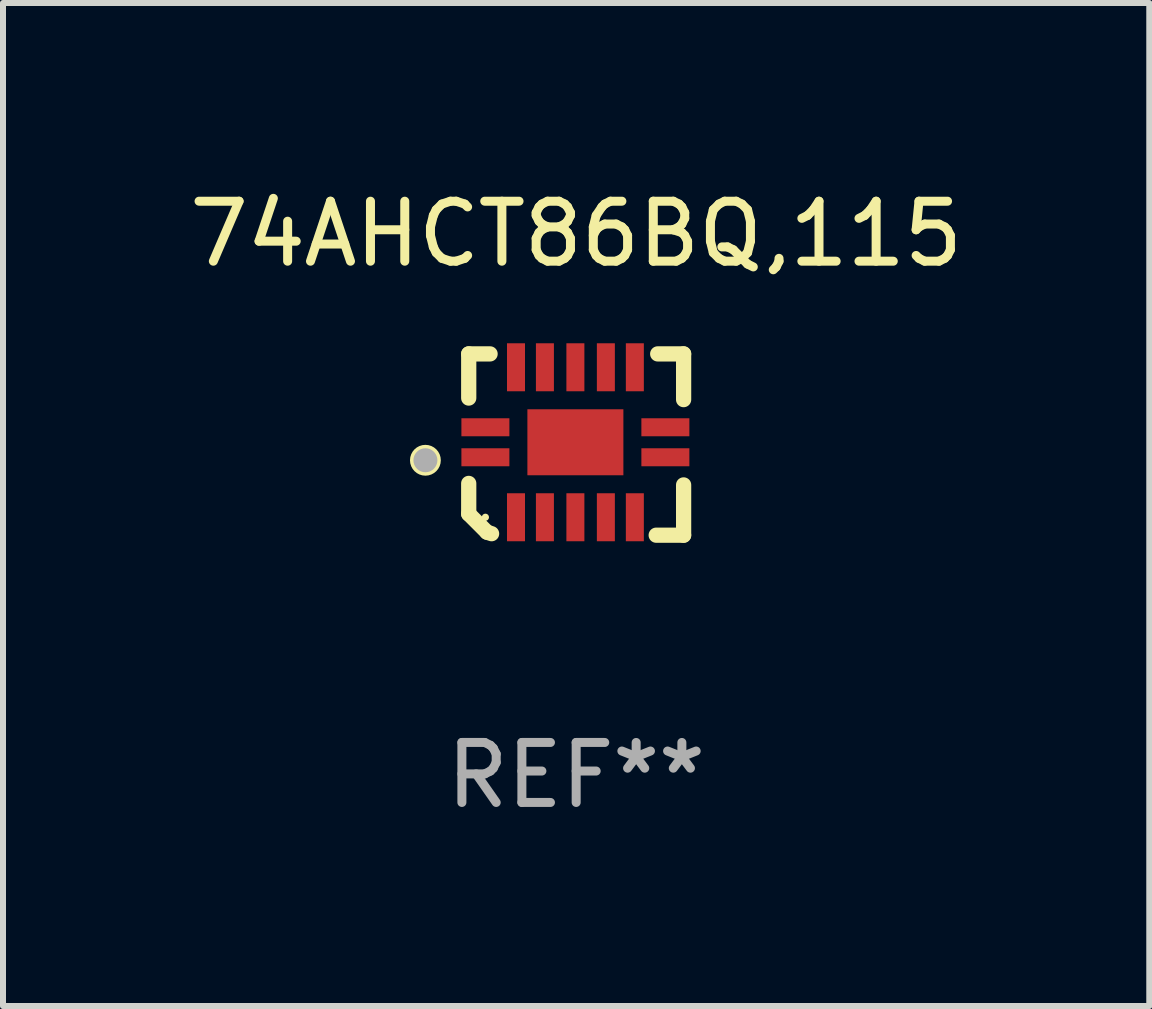
<source format=kicad_pcb>
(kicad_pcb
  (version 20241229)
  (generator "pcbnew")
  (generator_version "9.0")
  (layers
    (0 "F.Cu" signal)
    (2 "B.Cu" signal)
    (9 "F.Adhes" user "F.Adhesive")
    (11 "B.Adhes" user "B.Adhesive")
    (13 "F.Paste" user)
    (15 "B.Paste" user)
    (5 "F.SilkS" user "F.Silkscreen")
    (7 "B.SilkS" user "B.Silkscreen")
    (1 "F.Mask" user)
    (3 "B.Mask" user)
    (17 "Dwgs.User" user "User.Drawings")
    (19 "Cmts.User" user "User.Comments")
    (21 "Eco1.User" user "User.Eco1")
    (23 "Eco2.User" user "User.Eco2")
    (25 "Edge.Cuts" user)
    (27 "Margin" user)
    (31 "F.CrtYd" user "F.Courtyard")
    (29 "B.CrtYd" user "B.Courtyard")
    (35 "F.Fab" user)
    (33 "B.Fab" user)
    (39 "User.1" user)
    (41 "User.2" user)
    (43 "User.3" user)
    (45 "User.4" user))
  (footprint "74AHCT86BQ,115"
    (layer "F.Cu")
    (at 6.554 4.36)
    (property "Reference" "74AHCT86BQ,115" (at 0 -3.511 0) (layer "F.SilkS") (effects (font (size 1 1) (thickness 0.15))))
    (attr through_hole)
    (fp_line (start -1.791 -1.511) (end -1.435 -1.511) (stroke (width 0.254) (type solid)) (layer "F.SilkS"))
    (fp_line (start -1.791 -0.775) (end -1.791 -1.511) (stroke (width 0.254) (type solid)) (layer "F.SilkS"))
    (fp_line (start -1.791 1.156) (end -1.791 0.648) (stroke (width 0.254) (type solid)) (layer "F.SilkS"))
    (fp_line (start -1.486 1.461) (end -1.791 1.156) (stroke (width 0.254) (type solid)) (layer "F.SilkS"))
    (fp_line (start -1.41 1.486) (end -1.486 1.461) (stroke (width 0.254) (type solid)) (layer "F.SilkS"))
    (fp_line (start 1.334 1.511) (end 1.791 1.511) (stroke (width 0.254) (type solid)) (layer "F.SilkS"))
    (fp_line (start 1.791 -1.511) (end 1.359 -1.511) (stroke (width 0.254) (type solid)) (layer "F.SilkS"))
    (fp_line (start 1.791 -0.749) (end 1.791 -1.511) (stroke (width 0.254) (type solid)) (layer "F.SilkS"))
    (fp_line (start 1.791 1.511) (end 1.791 0.673) (stroke (width 0.254) (type solid)) (layer "F.SilkS"))
    (fp_circle (center -2.513 0.262) (end -2.383 0.262) (stroke (width 0.254) (type solid)) (fill no) (layer "F.SilkS"))
    (fp_circle (center -1.513 1.212) (end -1.483 1.212) (stroke (width 0.06) (type solid)) (fill no) (layer "F.SilkS"))
    (fp_circle (center -2.513 0.262) (end -2.413 0.262) (stroke (width 0.2) (type solid)) (fill no) (layer "F.Fab"))
    (fp_text user "REF**" (at 0 5.511 0) (layer "F.Fab") (effects (font (size 1 1) (thickness 0.15))))
    (pad "1" smd rect (at -1.513 0.212) (size 0.8 0.3) (layers "F.Cu" "F.Mask" "F.Paste"))
    (pad "2" smd rect (at -1.003 1.212) (size 0.3 0.8) (layers "F.Cu" "F.Mask" "F.Paste"))
    (pad "3" smd rect (at -0.521 1.212) (size 0.3 0.8) (layers "F.Cu" "F.Mask" "F.Paste"))
    (pad "4" smd rect (at -0.013 1.212) (size 0.3 0.8) (layers "F.Cu" "F.Mask" "F.Paste"))
    (pad "5" smd rect (at 0.495 1.212) (size 0.3 0.8) (layers "F.Cu" "F.Mask" "F.Paste"))
    (pad "6" smd rect (at 0.978 1.212) (size 0.3 0.8) (layers "F.Cu" "F.Mask" "F.Paste"))
    (pad "7" smd rect (at 1.487 0.212) (size 0.8 0.3) (layers "F.Cu" "F.Mask" "F.Paste"))
    (pad "8" smd rect (at 1.487 -0.288) (size 0.8 0.3) (layers "F.Cu" "F.Mask" "F.Paste"))
    (pad "9" smd rect (at 0.978 -1.288) (size 0.3 0.8) (layers "F.Cu" "F.Mask" "F.Paste"))
    (pad "10" smd rect (at 0.495 -1.288) (size 0.3 0.8) (layers "F.Cu" "F.Mask" "F.Paste"))
    (pad "11" smd rect (at -0.013 -1.288) (size 0.3 0.8) (layers "F.Cu" "F.Mask" "F.Paste"))
    (pad "12" smd rect (at -0.521 -1.288) (size 0.3 0.8) (layers "F.Cu" "F.Mask" "F.Paste"))
    (pad "13" smd rect (at -1.003 -1.288) (size 0.3 0.8) (layers "F.Cu" "F.Mask" "F.Paste"))
    (pad "14" smd rect (at -1.513 -0.288) (size 0.8 0.3) (layers "F.Cu" "F.Mask" "F.Paste"))
    (pad "15" smd rect (at -0.013 -0.038 90) (size 1.1 1.6) (layers "F.Cu" "F.Mask" "F.Paste")))
  (gr_rect
    (start -3 -3)
    (end 16.107 13.719)
    (stroke (width 0.1) (type default))
    (fill no)
    (layer "Edge.Cuts")))
</source>
